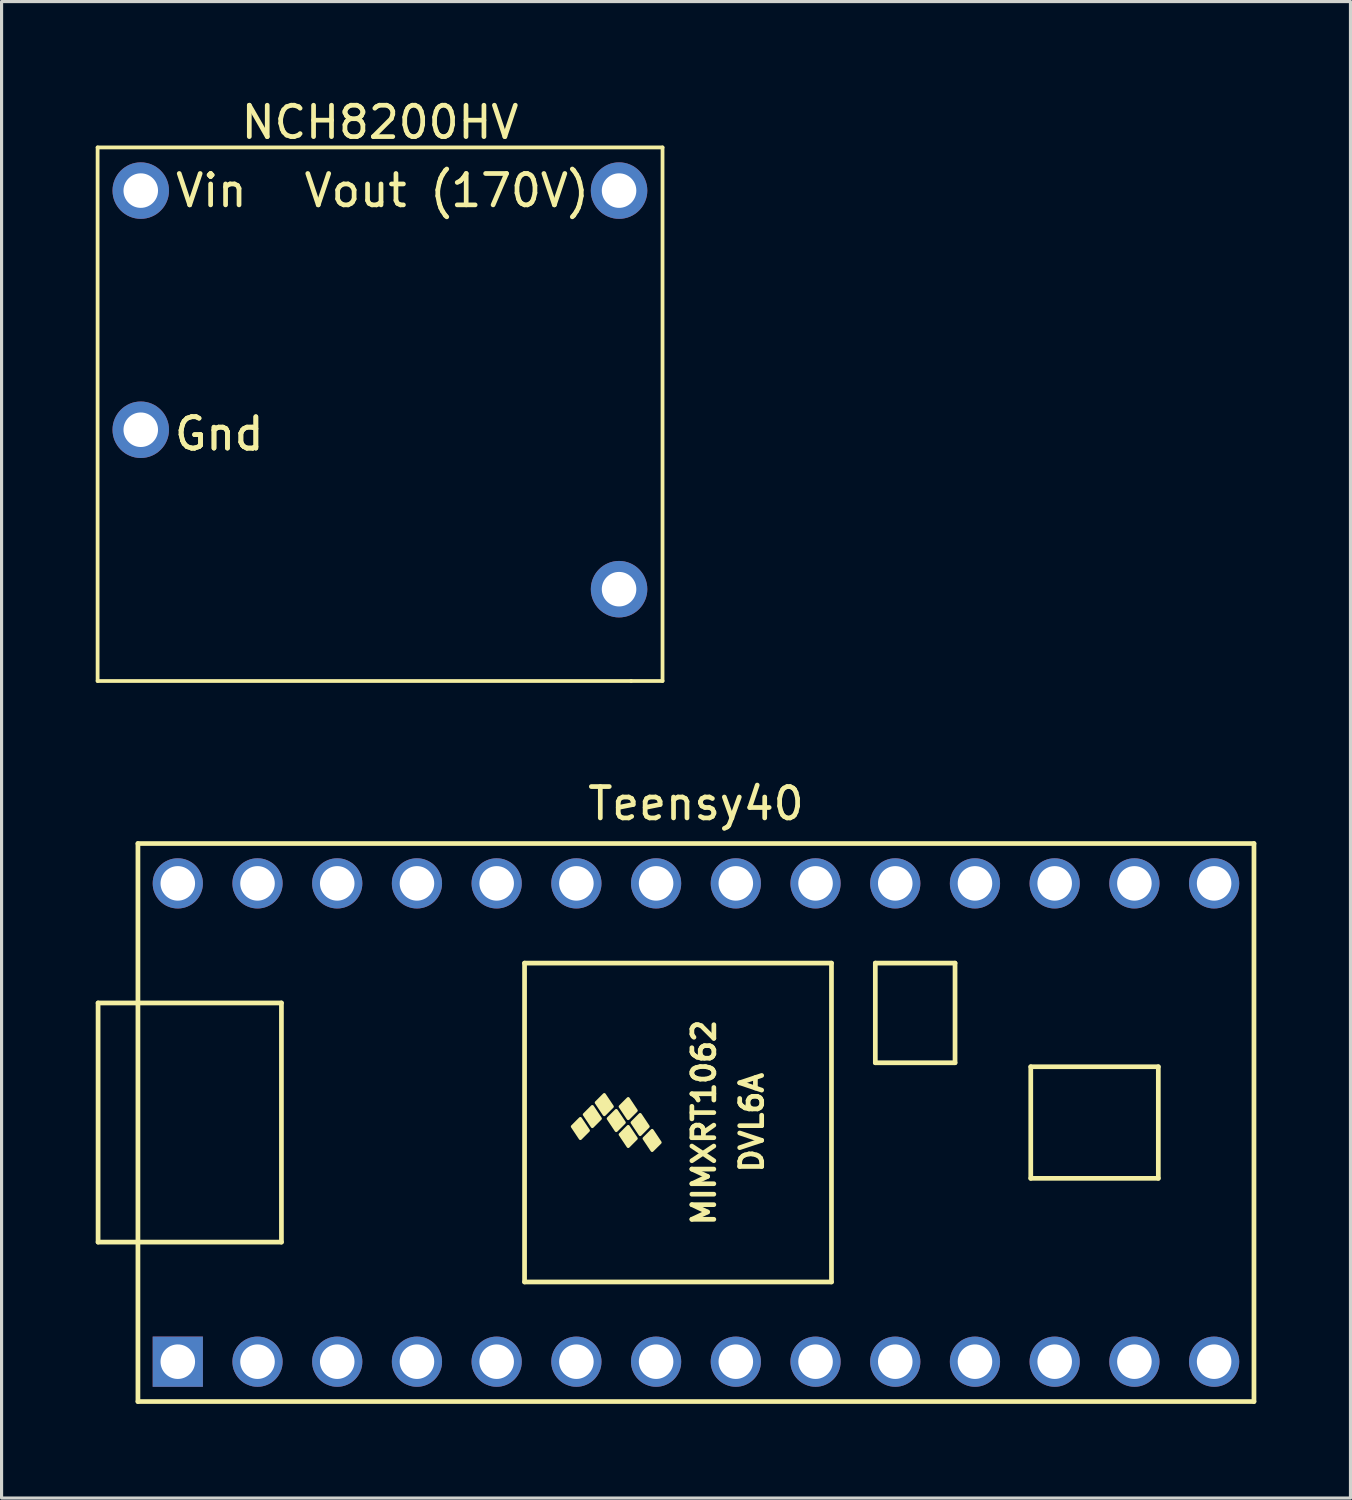
<source format=kicad_pcb>
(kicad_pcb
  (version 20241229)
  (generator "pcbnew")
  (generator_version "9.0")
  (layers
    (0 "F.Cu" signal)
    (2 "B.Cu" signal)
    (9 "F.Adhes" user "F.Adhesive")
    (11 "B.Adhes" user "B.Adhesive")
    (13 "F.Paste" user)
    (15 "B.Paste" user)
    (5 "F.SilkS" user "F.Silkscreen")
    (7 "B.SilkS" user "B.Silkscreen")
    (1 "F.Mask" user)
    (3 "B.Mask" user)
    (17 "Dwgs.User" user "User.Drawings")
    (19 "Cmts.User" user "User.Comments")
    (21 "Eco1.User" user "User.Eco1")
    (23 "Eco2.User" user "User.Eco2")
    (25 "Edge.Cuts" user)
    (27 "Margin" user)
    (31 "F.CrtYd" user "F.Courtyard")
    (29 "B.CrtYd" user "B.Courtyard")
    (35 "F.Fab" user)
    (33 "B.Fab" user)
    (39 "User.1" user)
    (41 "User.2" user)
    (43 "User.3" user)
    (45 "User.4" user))
  (footprint "NCH8200HV"
    (layer "F.Cu")
    (at 9.06 0.648)
    (property "Reference" "NCH8200HV" (at 0 0.2 180) (layer "F.SilkS") (effects (font (size 1 1) (thickness 0.15))))
    (attr through_hole)
    (fp_line (start -9 1) (end -9 18) (stroke (width 0.12) (type solid)) (layer "F.SilkS"))
    (fp_line (start -9 1) (end 9 1) (stroke (width 0.12) (type solid)) (layer "F.SilkS"))
    (fp_line (start -9 18) (end 8 18) (stroke (width 0.12) (type solid)) (layer "F.SilkS"))
    (fp_line (start 9 1) (end 9 18) (stroke (width 0.12) (type solid)) (layer "F.SilkS"))
    (fp_line (start 9 18) (end 8 18) (stroke (width 0.12) (type solid)) (layer "F.SilkS"))
    (fp_text user "Vin" (at -5.375 2.375 180) (layer "F.SilkS") (effects (font (size 1 1) (thickness 0.15))))
    (fp_text user "Gnd" (at -5.125 10.125 0) (layer "F.SilkS") (effects (font (size 1 1) (thickness 0.15))))
    (fp_text user "Vout (170V)" (at 2.125 2.375 180) (layer "F.SilkS") (effects (font (size 1 1) (thickness 0.15))))
    (fp_text user "Gnd" (at -5.125 10.125 180) (layer "F.SilkS") (effects (font (size 1 1) (thickness 0.15))))
    (pad "1" thru_hole circle (at -7.625 2.375) (size 1.8 1.8) (drill 1.1) (layers "*.Cu" "*.Mask"))
    (pad "2" thru_hole circle (at -7.625 9.995) (size 1.8 1.8) (drill 1.1) (layers "*.Cu" "*.Mask"))
    (pad "3" thru_hole circle (at 7.615 15.075) (size 1.8 1.8) (drill 1.1) (layers "*.Cu" "*.Mask"))
    (pad "4" thru_hole circle (at 7.615 2.375) (size 1.8 1.8) (drill 1.1) (layers "*.Cu" "*.Mask")))
  (footprint "Teensy40"
    (layer "F.Cu")
    (at 19.125 32.717)
    (property "Reference" "Teensy40" (at 0 -10.16 0) (layer "F.SilkS") (effects (font (size 1 1) (thickness 0.15))))
    (attr through_hole)
    (fp_line (start -19.05 -3.81) (end -17.78 -3.81) (stroke (width 0.15) (type solid)) (layer "F.SilkS"))
    (fp_line (start -19.05 3.81) (end -19.05 -3.81) (stroke (width 0.15) (type solid)) (layer "F.SilkS"))
    (fp_line (start -17.78 -8.89) (end 17.78 -8.89) (stroke (width 0.15) (type solid)) (layer "F.SilkS"))
    (fp_line (start -17.78 3.81) (end -19.05 3.81) (stroke (width 0.15) (type solid)) (layer "F.SilkS"))
    (fp_line (start -17.78 8.89) (end -17.78 -8.89) (stroke (width 0.15) (type solid)) (layer "F.SilkS"))
    (fp_line (start -13.208 -3.81) (end -17.78 -3.81) (stroke (width 0.15) (type solid)) (layer "F.SilkS"))
    (fp_line (start -13.208 3.81) (end -17.78 3.81) (stroke (width 0.15) (type solid)) (layer "F.SilkS"))
    (fp_line (start -13.208 3.81) (end -13.208 -3.81) (stroke (width 0.15) (type solid)) (layer "F.SilkS"))
    (fp_line (start -5.461 -5.08) (end -5.461 5.08) (stroke (width 0.15) (type solid)) (layer "F.SilkS"))
    (fp_line (start 4.318 -5.08) (end -5.461 -5.08) (stroke (width 0.15) (type solid)) (layer "F.SilkS"))
    (fp_line (start 4.318 5.08) (end -5.461 5.08) (stroke (width 0.15) (type solid)) (layer "F.SilkS"))
    (fp_line (start 4.318 5.08) (end 4.318 -5.08) (stroke (width 0.15) (type solid)) (layer "F.SilkS"))
    (fp_line (start 5.715 -5.08) (end 8.255 -5.08) (stroke (width 0.15) (type solid)) (layer "F.SilkS"))
    (fp_line (start 5.715 -1.905) (end 5.715 -5.08) (stroke (width 0.15) (type solid)) (layer "F.SilkS"))
    (fp_line (start 8.255 -5.08) (end 8.255 -1.905) (stroke (width 0.15) (type solid)) (layer "F.SilkS"))
    (fp_line (start 8.255 -1.905) (end 5.715 -1.905) (stroke (width 0.15) (type solid)) (layer "F.SilkS"))
    (fp_line (start 10.668 -1.778) (end 14.732 -1.778) (stroke (width 0.15) (type solid)) (layer "F.SilkS"))
    (fp_line (start 10.668 1.778) (end 10.668 -1.778) (stroke (width 0.15) (type solid)) (layer "F.SilkS"))
    (fp_line (start 14.732 -1.778) (end 14.732 1.778) (stroke (width 0.15) (type solid)) (layer "F.SilkS"))
    (fp_line (start 14.732 1.778) (end 10.668 1.778) (stroke (width 0.15) (type solid)) (layer "F.SilkS"))
    (fp_line (start 17.78 -8.89) (end 17.78 8.89) (stroke (width 0.15) (type solid)) (layer "F.SilkS"))
    (fp_line (start 17.78 8.89) (end -17.78 8.89) (stroke (width 0.15) (type solid)) (layer "F.SilkS"))
    (fp_poly (pts (xy -3.937 0.127) (xy -3.683 -0.127) (xy -3.429 0.254) (xy -3.683 0.508)) (stroke (width 0.1) (type solid)) (fill yes) (layer "F.SilkS"))
    (fp_poly (pts (xy -3.556 -0.254) (xy -3.302 -0.508) (xy -3.048 -0.127) (xy -3.302 0.127)) (stroke (width 0.1) (type solid)) (fill yes) (layer "F.SilkS"))
    (fp_poly (pts (xy -3.175 -0.635) (xy -2.921 -0.889) (xy -2.667 -0.508) (xy -2.921 -0.254)) (stroke (width 0.1) (type solid)) (fill yes) (layer "F.SilkS"))
    (fp_poly (pts (xy -2.794 -0.127) (xy -2.54 -0.381) (xy -2.286 0) (xy -2.54 0.254)) (stroke (width 0.1) (type solid)) (fill yes) (layer "F.SilkS"))
    (fp_poly (pts (xy -2.413 -0.508) (xy -2.159 -0.762) (xy -1.905 -0.381) (xy -2.159 -0.127)) (stroke (width 0.1) (type solid)) (fill yes) (layer "F.SilkS"))
    (fp_poly (pts (xy -2.413 0.381) (xy -2.159 0.127) (xy -1.905 0.508) (xy -2.159 0.762)) (stroke (width 0.1) (type solid)) (fill yes) (layer "F.SilkS"))
    (fp_poly (pts (xy -2.032 0) (xy -1.778 -0.254) (xy -1.524 0.127) (xy -1.778 0.381)) (stroke (width 0.1) (type solid)) (fill yes) (layer "F.SilkS"))
    (fp_poly (pts (xy -1.651 0.508) (xy -1.397 0.254) (xy -1.143 0.635) (xy -1.397 0.889)) (stroke (width 0.1) (type solid)) (fill yes) (layer "F.SilkS"))
    (fp_text user "MIMXRT1062" (at 0.254 0 90) (layer "F.SilkS") (effects (font (size 0.7 0.7) (thickness 0.15))))
    (fp_text user "DVL6A" (at 1.778 0 90) (layer "F.SilkS") (effects (font (size 0.7 0.7) (thickness 0.15))))
    (pad "1" thru_hole rect (at -16.51 7.62) (size 1.6 1.6) (drill 1.1) (layers "*.Cu" "*.Mask"))
    (pad "2" thru_hole circle (at -13.97 7.62) (size 1.6 1.6) (drill 1.1) (layers "*.Cu" "*.Mask"))
    (pad "3" thru_hole circle (at -11.43 7.62) (size 1.6 1.6) (drill 1.1) (layers "*.Cu" "*.Mask"))
    (pad "4" thru_hole circle (at -8.89 7.62) (size 1.6 1.6) (drill 1.1) (layers "*.Cu" "*.Mask"))
    (pad "5" thru_hole circle (at -6.35 7.62) (size 1.6 1.6) (drill 1.1) (layers "*.Cu" "*.Mask"))
    (pad "6" thru_hole circle (at -3.81 7.62) (size 1.6 1.6) (drill 1.1) (layers "*.Cu" "*.Mask"))
    (pad "7" thru_hole circle (at -1.27 7.62) (size 1.6 1.6) (drill 1.1) (layers "*.Cu" "*.Mask"))
    (pad "8" thru_hole circle (at 1.27 7.62) (size 1.6 1.6) (drill 1.1) (layers "*.Cu" "*.Mask"))
    (pad "9" thru_hole circle (at 3.81 7.62) (size 1.6 1.6) (drill 1.1) (layers "*.Cu" "*.Mask"))
    (pad "10" thru_hole circle (at 6.35 7.62) (size 1.6 1.6) (drill 1.1) (layers "*.Cu" "*.Mask"))
    (pad "11" thru_hole circle (at 8.89 7.62) (size 1.6 1.6) (drill 1.1) (layers "*.Cu" "*.Mask"))
    (pad "12" thru_hole circle (at 11.43 7.62) (size 1.6 1.6) (drill 1.1) (layers "*.Cu" "*.Mask"))
    (pad "13" thru_hole circle (at 13.97 7.62) (size 1.6 1.6) (drill 1.1) (layers "*.Cu" "*.Mask"))
    (pad "14" thru_hole circle (at 16.51 7.62) (size 1.6 1.6) (drill 1.1) (layers "*.Cu" "*.Mask"))
    (pad "20" thru_hole circle (at 16.51 -7.62) (size 1.6 1.6) (drill 1.1) (layers "*.Cu" "*.Mask"))
    (pad "21" thru_hole circle (at 13.97 -7.62) (size 1.6 1.6) (drill 1.1) (layers "*.Cu" "*.Mask"))
    (pad "22" thru_hole circle (at 11.43 -7.62) (size 1.6 1.6) (drill 1.1) (layers "*.Cu" "*.Mask"))
    (pad "23" thru_hole circle (at 8.89 -7.62) (size 1.6 1.6) (drill 1.1) (layers "*.Cu" "*.Mask"))
    (pad "24" thru_hole circle (at 6.35 -7.62) (size 1.6 1.6) (drill 1.1) (layers "*.Cu" "*.Mask"))
    (pad "25" thru_hole circle (at 3.81 -7.62) (size 1.6 1.6) (drill 1.1) (layers "*.Cu" "*.Mask"))
    (pad "26" thru_hole circle (at 1.27 -7.62) (size 1.6 1.6) (drill 1.1) (layers "*.Cu" "*.Mask"))
    (pad "27" thru_hole circle (at -1.27 -7.62) (size 1.6 1.6) (drill 1.1) (layers "*.Cu" "*.Mask"))
    (pad "28" thru_hole circle (at -3.81 -7.62) (size 1.6 1.6) (drill 1.1) (layers "*.Cu" "*.Mask"))
    (pad "29" thru_hole circle (at -6.35 -7.62) (size 1.6 1.6) (drill 1.1) (layers "*.Cu" "*.Mask"))
    (pad "30" thru_hole circle (at -8.89 -7.62) (size 1.6 1.6) (drill 1.1) (layers "*.Cu" "*.Mask"))
    (pad "31" thru_hole circle (at -11.43 -7.62) (size 1.6 1.6) (drill 1.1) (layers "*.Cu" "*.Mask"))
    (pad "32" thru_hole circle (at -13.97 -7.62) (size 1.6 1.6) (drill 1.1) (layers "*.Cu" "*.Mask"))
    (pad "33" thru_hole circle (at -16.51 -7.62) (size 1.6 1.6) (drill 1.1) (layers "*.Cu" "*.Mask")))
  (gr_rect
    (start -3 -3)
    (end 39.98 44.681)
    (stroke (width 0.1) (type default))
    (fill no)
    (layer "Edge.Cuts")))
</source>
